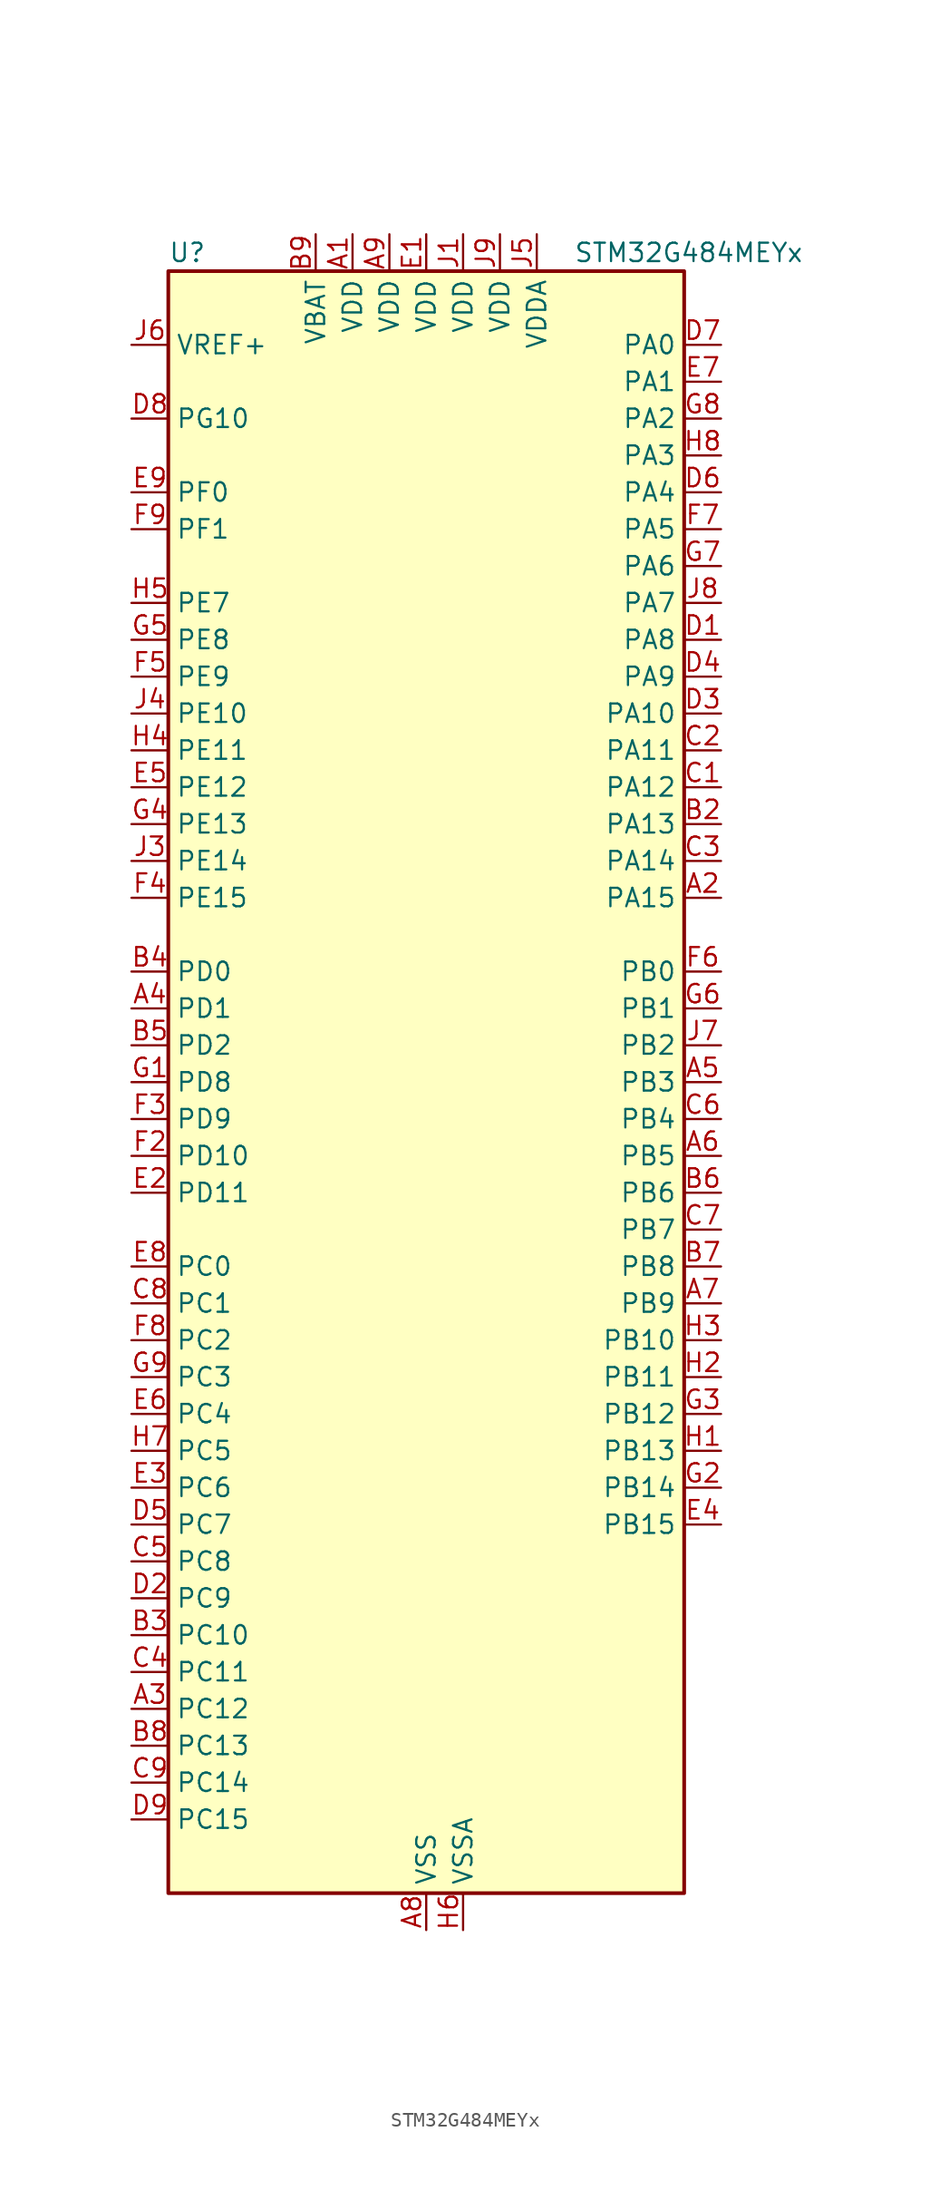
<source format=kicad_sym>
(kicad_symbol_lib
  (version 20241209)
  (generator "kicad_symbol_editor")
  (generator_version "9.0")
  (symbol "STM32G484MEYx"
    (property "Reference" "U"
      (at -17.78 57.15 0)
      (effects (font (size 1.27 1.27)) (justify left)))
    (property "Value" "STM32G484MEYx"
      (at 10.16 57.15 0)
      (effects (font (size 1.27 1.27)) (justify left)))
    (symbol "STM32G484MEYx_0_1"
      (rectangle (start -17.78 -55.88) (end 17.78 55.88) (stroke (width 0.254) (type default)) (fill (type background))))
    (symbol "STM32G484MEYx_1_1"
      (pin input line (at -20.32 50.8 0) (length 2.54) (name "VREF+" (effects (font (size 1.27 1.27)))) (number "J6" (effects (font (size 1.27 1.27)))) (alternate "VREFBUF_OUT" bidirectional line))
      (pin bidirectional line (at -20.32 45.72 0) (length 2.54) (name "PG10" (effects (font (size 1.27 1.27)))) (number "D8" (effects (font (size 1.27 1.27)))) (alternate "DAC1_EXTI10" bidirectional line) (alternate "DAC2_EXTI10" bidirectional line) (alternate "DAC3_EXTI10" bidirectional line) (alternate "DAC4_EXTI10" bidirectional line) (alternate "RCC_MCO" bidirectional line))
      (pin bidirectional line (at -20.32 40.64 0) (length 2.54) (name "PF0" (effects (font (size 1.27 1.27)))) (number "E9" (effects (font (size 1.27 1.27)))) (alternate "ADC1_IN10" bidirectional line) (alternate "I2C2_SDA" bidirectional line) (alternate "I2S2_WS" bidirectional line) (alternate "RCC_OSC_IN" bidirectional line) (alternate "SPI2_NSS" bidirectional line) (alternate "TIM1_CH3N" bidirectional line))
      (pin bidirectional line (at -20.32 38.1 0) (length 2.54) (name "PF1" (effects (font (size 1.27 1.27)))) (number "F9" (effects (font (size 1.27 1.27)))) (alternate "ADC2_IN10" bidirectional line) (alternate "COMP3_INM" bidirectional line) (alternate "I2S2_CK" bidirectional line) (alternate "RCC_OSC_OUT" bidirectional line) (alternate "SPI2_SCK" bidirectional line))
      (pin bidirectional line (at -20.32 33.02 0) (length 2.54) (name "PE7" (effects (font (size 1.27 1.27)))) (number "H5" (effects (font (size 1.27 1.27)))) (alternate "ADC3_IN4" bidirectional line) (alternate "COMP4_INP" bidirectional line) (alternate "SAI1_SD_B" bidirectional line) (alternate "TIM1_ETR" bidirectional line))
      (pin bidirectional line (at -20.32 30.48 0) (length 2.54) (name "PE8" (effects (font (size 1.27 1.27)))) (number "G5" (effects (font (size 1.27 1.27)))) (alternate "ADC3_IN6" bidirectional line) (alternate "ADC4_IN6" bidirectional line) (alternate "ADC5_IN6" bidirectional line) (alternate "COMP4_INM" bidirectional line) (alternate "SAI1_SCK_B" bidirectional line) (alternate "TIM1_CH1N" bidirectional line) (alternate "TIM5_CH3" bidirectional line))
      (pin bidirectional line (at -20.32 27.94 0) (length 2.54) (name "PE9" (effects (font (size 1.27 1.27)))) (number "F5" (effects (font (size 1.27 1.27)))) (alternate "ADC3_IN2" bidirectional line) (alternate "DAC1_EXTI9" bidirectional line) (alternate "DAC2_EXTI9" bidirectional line) (alternate "DAC3_EXTI9" bidirectional line) (alternate "DAC4_EXTI9" bidirectional line) (alternate "SAI1_FS_B" bidirectional line) (alternate "TIM1_CH1" bidirectional line) (alternate "TIM5_CH4" bidirectional line))
      (pin bidirectional line (at -20.32 25.4 0) (length 2.54) (name "PE10" (effects (font (size 1.27 1.27)))) (number "J4" (effects (font (size 1.27 1.27)))) (alternate "ADC3_IN14" bidirectional line) (alternate "ADC4_IN14" bidirectional line) (alternate "ADC5_IN14" bidirectional line) (alternate "DAC1_EXTI10" bidirectional line) (alternate "DAC2_EXTI10" bidirectional line) (alternate "DAC3_EXTI10" bidirectional line) (alternate "DAC4_EXTI10" bidirectional line) (alternate "QUADSPI1_CLK" bidirectional line) (alternate "SAI1_MCLK_B" bidirectional line) (alternate "TIM1_CH2N" bidirectional line))
      (pin bidirectional line (at -20.32 22.86 0) (length 2.54) (name "PE11" (effects (font (size 1.27 1.27)))) (number "H4" (effects (font (size 1.27 1.27)))) (alternate "ADC1_EXTI11" bidirectional line) (alternate "ADC2_EXTI11" bidirectional line) (alternate "ADC3_IN15" bidirectional line) (alternate "ADC4_IN15" bidirectional line) (alternate "ADC5_IN15" bidirectional line) (alternate "QUADSPI1_BK1_NCS" bidirectional line) (alternate "SPI4_NSS" bidirectional line) (alternate "TIM1_CH2" bidirectional line))
      (pin bidirectional line (at -20.32 20.32 0) (length 2.54) (name "PE12" (effects (font (size 1.27 1.27)))) (number "E5" (effects (font (size 1.27 1.27)))) (alternate "ADC3_IN16" bidirectional line) (alternate "ADC4_IN16" bidirectional line) (alternate "ADC5_IN16" bidirectional line) (alternate "QUADSPI1_BK1_IO0" bidirectional line) (alternate "SPI4_SCK" bidirectional line) (alternate "TIM1_CH3N" bidirectional line))
      (pin bidirectional line (at -20.32 17.78 0) (length 2.54) (name "PE13" (effects (font (size 1.27 1.27)))) (number "G4" (effects (font (size 1.27 1.27)))) (alternate "ADC3_IN3" bidirectional line) (alternate "QUADSPI1_BK1_IO1" bidirectional line) (alternate "SPI4_MISO" bidirectional line) (alternate "TIM1_CH3" bidirectional line))
      (pin bidirectional line (at -20.32 15.24 0) (length 2.54) (name "PE14" (effects (font (size 1.27 1.27)))) (number "J3" (effects (font (size 1.27 1.27)))) (alternate "ADC4_IN1" bidirectional line) (alternate "QUADSPI1_BK1_IO2" bidirectional line) (alternate "SPI4_MOSI" bidirectional line) (alternate "TIM1_BKIN2" bidirectional line) (alternate "TIM1_CH4" bidirectional line))
      (pin bidirectional line (at -20.32 12.7 0) (length 2.54) (name "PE15" (effects (font (size 1.27 1.27)))) (number "F4" (effects (font (size 1.27 1.27)))) (alternate "ADC1_EXTI15" bidirectional line) (alternate "ADC2_EXTI15" bidirectional line) (alternate "ADC4_IN2" bidirectional line) (alternate "QUADSPI1_BK1_IO3" bidirectional line) (alternate "TIM1_BKIN" bidirectional line) (alternate "TIM1_CH4N" bidirectional line) (alternate "USART3_RX" bidirectional line))
      (pin bidirectional line (at -20.32 7.62 0) (length 2.54) (name "PD0" (effects (font (size 1.27 1.27)))) (number "B4" (effects (font (size 1.27 1.27)))) (alternate "FDCAN1_RX" bidirectional line) (alternate "TIM8_CH4N" bidirectional line))
      (pin bidirectional line (at -20.32 5.08 0) (length 2.54) (name "PD1" (effects (font (size 1.27 1.27)))) (number "A4" (effects (font (size 1.27 1.27)))) (alternate "FDCAN1_TX" bidirectional line) (alternate "TIM8_BKIN2" bidirectional line) (alternate "TIM8_CH4" bidirectional line))
      (pin bidirectional line (at -20.32 2.54 0) (length 2.54) (name "PD2" (effects (font (size 1.27 1.27)))) (number "B5" (effects (font (size 1.27 1.27)))) (alternate "ADC3_EXTI2" bidirectional line) (alternate "ADC4_EXTI2" bidirectional line) (alternate "ADC5_EXTI2" bidirectional line) (alternate "TIM3_ETR" bidirectional line) (alternate "TIM8_BKIN" bidirectional line) (alternate "UART5_RX" bidirectional line))
      (pin bidirectional line (at -20.32 0 0) (length 2.54) (name "PD8" (effects (font (size 1.27 1.27)))) (number "G1" (effects (font (size 1.27 1.27)))) (alternate "ADC4_IN12" bidirectional line) (alternate "ADC5_IN12" bidirectional line) (alternate "OPAMP4_VINM" bidirectional line) (alternate "OPAMP4_VINM1" bidirectional line) (alternate "OPAMP4_VINM_SEC" bidirectional line) (alternate "USART3_TX" bidirectional line))
      (pin bidirectional line (at -20.32 -2.54 0) (length 2.54) (name "PD9" (effects (font (size 1.27 1.27)))) (number "F3" (effects (font (size 1.27 1.27)))) (alternate "ADC4_IN13" bidirectional line) (alternate "ADC5_IN13" bidirectional line) (alternate "DAC1_EXTI9" bidirectional line) (alternate "DAC2_EXTI9" bidirectional line) (alternate "DAC3_EXTI9" bidirectional line) (alternate "DAC4_EXTI9" bidirectional line) (alternate "OPAMP6_VINP" bidirectional line) (alternate "OPAMP6_VINP_SEC" bidirectional line) (alternate "USART3_RX" bidirectional line))
      (pin bidirectional line (at -20.32 -5.08 0) (length 2.54) (name "PD10" (effects (font (size 1.27 1.27)))) (number "F2" (effects (font (size 1.27 1.27)))) (alternate "ADC3_IN7" bidirectional line) (alternate "ADC4_IN7" bidirectional line) (alternate "ADC5_IN7" bidirectional line) (alternate "COMP6_INM" bidirectional line) (alternate "DAC1_EXTI10" bidirectional line) (alternate "DAC2_EXTI10" bidirectional line) (alternate "DAC3_EXTI10" bidirectional line) (alternate "DAC4_EXTI10" bidirectional line) (alternate "USART3_CK" bidirectional line))
      (pin bidirectional line (at -20.32 -7.62 0) (length 2.54) (name "PD11" (effects (font (size 1.27 1.27)))) (number "E2" (effects (font (size 1.27 1.27)))) (alternate "ADC1_EXTI11" bidirectional line) (alternate "ADC2_EXTI11" bidirectional line) (alternate "ADC3_IN8" bidirectional line) (alternate "ADC4_IN8" bidirectional line) (alternate "ADC5_IN8" bidirectional line) (alternate "COMP6_INP" bidirectional line) (alternate "I2C4_SMBA" bidirectional line) (alternate "OPAMP4_VINP" bidirectional line) (alternate "OPAMP4_VINP_SEC" bidirectional line) (alternate "TIM5_ETR" bidirectional line) (alternate "USART3_CTS" bidirectional line) (alternate "USART3_NSS" bidirectional line))
      (pin bidirectional line (at -20.32 -12.7 0) (length 2.54) (name "PC0" (effects (font (size 1.27 1.27)))) (number "E8" (effects (font (size 1.27 1.27)))) (alternate "ADC1_IN6" bidirectional line) (alternate "ADC2_IN6" bidirectional line) (alternate "COMP3_INM" bidirectional line) (alternate "LPTIM1_IN1" bidirectional line) (alternate "LPUART1_RX" bidirectional line) (alternate "TIM1_CH1" bidirectional line))
      (pin bidirectional line (at -20.32 -15.24 0) (length 2.54) (name "PC1" (effects (font (size 1.27 1.27)))) (number "C8" (effects (font (size 1.27 1.27)))) (alternate "ADC1_IN7" bidirectional line) (alternate "ADC2_IN7" bidirectional line) (alternate "COMP3_INP" bidirectional line) (alternate "LPTIM1_OUT" bidirectional line) (alternate "LPUART1_TX" bidirectional line) (alternate "QUADSPI1_BK2_IO0" bidirectional line) (alternate "SAI1_SD_A" bidirectional line) (alternate "TIM1_CH2" bidirectional line))
      (pin bidirectional line (at -20.32 -17.78 0) (length 2.54) (name "PC2" (effects (font (size 1.27 1.27)))) (number "F8" (effects (font (size 1.27 1.27)))) (alternate "ADC1_IN8" bidirectional line) (alternate "ADC2_IN8" bidirectional line) (alternate "ADC3_EXTI2" bidirectional line) (alternate "ADC4_EXTI2" bidirectional line) (alternate "ADC5_EXTI2" bidirectional line) (alternate "COMP3_OUT" bidirectional line) (alternate "LPTIM1_IN2" bidirectional line) (alternate "QUADSPI1_BK2_IO1" bidirectional line) (alternate "TIM1_CH3" bidirectional line) (alternate "TIM20_CH2" bidirectional line))
      (pin bidirectional line (at -20.32 -20.32 0) (length 2.54) (name "PC3" (effects (font (size 1.27 1.27)))) (number "G9" (effects (font (size 1.27 1.27)))) (alternate "ADC1_IN9" bidirectional line) (alternate "ADC2_IN9" bidirectional line) (alternate "ADC3_EXTI3" bidirectional line) (alternate "ADC4_EXTI3" bidirectional line) (alternate "ADC5_EXTI3" bidirectional line) (alternate "LPTIM1_ETR" bidirectional line) (alternate "OPAMP5_VINP" bidirectional line) (alternate "OPAMP5_VINP_SEC" bidirectional line) (alternate "QUADSPI1_BK2_IO2" bidirectional line) (alternate "SAI1_D1" bidirectional line) (alternate "SAI1_SD_A" bidirectional line) (alternate "TIM1_BKIN2" bidirectional line) (alternate "TIM1_CH4" bidirectional line))
      (pin bidirectional line (at -20.32 -22.86 0) (length 2.54) (name "PC4" (effects (font (size 1.27 1.27)))) (number "E6" (effects (font (size 1.27 1.27)))) (alternate "ADC2_IN5" bidirectional line) (alternate "I2C2_SCL" bidirectional line) (alternate "QUADSPI1_BK2_IO3" bidirectional line) (alternate "TIM1_ETR" bidirectional line) (alternate "USART1_TX" bidirectional line))
      (pin bidirectional line (at -20.32 -25.4 0) (length 2.54) (name "PC5" (effects (font (size 1.27 1.27)))) (number "H7" (effects (font (size 1.27 1.27)))) (alternate "ADC2_IN11" bidirectional line) (alternate "HRTIM1_EEV10" bidirectional line) (alternate "OPAMP1_VINM" bidirectional line) (alternate "OPAMP1_VINM1" bidirectional line) (alternate "OPAMP1_VINM_SEC" bidirectional line) (alternate "OPAMP2_VINM" bidirectional line) (alternate "OPAMP2_VINM1" bidirectional line) (alternate "OPAMP2_VINM_SEC" bidirectional line) (alternate "SAI1_D3" bidirectional line) (alternate "SYS_WKUP5" bidirectional line) (alternate "TIM15_BKIN" bidirectional line) (alternate "TIM1_CH4N" bidirectional line) (alternate "USART1_RX" bidirectional line))
      (pin bidirectional line (at -20.32 -27.94 0) (length 2.54) (name "PC6" (effects (font (size 1.27 1.27)))) (number "E3" (effects (font (size 1.27 1.27)))) (alternate "COMP6_OUT" bidirectional line) (alternate "HRTIM1_CHF1" bidirectional line) (alternate "HRTIM1_EEV10" bidirectional line) (alternate "I2C4_SCL" bidirectional line) (alternate "I2S2_MCK" bidirectional line) (alternate "TIM3_CH1" bidirectional line) (alternate "TIM8_CH1" bidirectional line))
      (pin bidirectional line (at -20.32 -30.48 0) (length 2.54) (name "PC7" (effects (font (size 1.27 1.27)))) (number "D5" (effects (font (size 1.27 1.27)))) (alternate "COMP5_OUT" bidirectional line) (alternate "HRTIM1_CHF2" bidirectional line) (alternate "HRTIM1_FLT5" bidirectional line) (alternate "I2C4_SDA" bidirectional line) (alternate "I2S3_MCK" bidirectional line) (alternate "TIM3_CH2" bidirectional line) (alternate "TIM8_CH2" bidirectional line))
      (pin bidirectional line (at -20.32 -33.02 0) (length 2.54) (name "PC8" (effects (font (size 1.27 1.27)))) (number "C5" (effects (font (size 1.27 1.27)))) (alternate "COMP7_OUT" bidirectional line) (alternate "HRTIM1_CHE1" bidirectional line) (alternate "I2C3_SCL" bidirectional line) (alternate "TIM20_CH3" bidirectional line) (alternate "TIM3_CH3" bidirectional line) (alternate "TIM8_CH3" bidirectional line))
      (pin bidirectional line (at -20.32 -35.56 0) (length 2.54) (name "PC9" (effects (font (size 1.27 1.27)))) (number "D2" (effects (font (size 1.27 1.27)))) (alternate "DAC1_EXTI9" bidirectional line) (alternate "DAC2_EXTI9" bidirectional line) (alternate "DAC3_EXTI9" bidirectional line) (alternate "DAC4_EXTI9" bidirectional line) (alternate "HRTIM1_CHE2" bidirectional line) (alternate "I2C3_SDA" bidirectional line) (alternate "I2S_CKIN" bidirectional line) (alternate "TIM3_CH4" bidirectional line) (alternate "TIM8_BKIN2" bidirectional line) (alternate "TIM8_CH4" bidirectional line))
      (pin bidirectional line (at -20.32 -38.1 0) (length 2.54) (name "PC10" (effects (font (size 1.27 1.27)))) (number "B3" (effects (font (size 1.27 1.27)))) (alternate "DAC1_EXTI10" bidirectional line) (alternate "DAC2_EXTI10" bidirectional line) (alternate "DAC3_EXTI10" bidirectional line) (alternate "DAC4_EXTI10" bidirectional line) (alternate "HRTIM1_FLT6" bidirectional line) (alternate "I2S3_CK" bidirectional line) (alternate "SPI3_SCK" bidirectional line) (alternate "TIM8_CH1N" bidirectional line) (alternate "UART4_TX" bidirectional line) (alternate "USART3_TX" bidirectional line))
      (pin bidirectional line (at -20.32 -40.64 0) (length 2.54) (name "PC11" (effects (font (size 1.27 1.27)))) (number "C4" (effects (font (size 1.27 1.27)))) (alternate "ADC1_EXTI11" bidirectional line) (alternate "ADC2_EXTI11" bidirectional line) (alternate "HRTIM1_EEV2" bidirectional line) (alternate "I2C3_SDA" bidirectional line) (alternate "SPI3_MISO" bidirectional line) (alternate "TIM8_CH2N" bidirectional line) (alternate "UART4_RX" bidirectional line) (alternate "USART3_RX" bidirectional line))
      (pin bidirectional line (at -20.32 -43.18 0) (length 2.54) (name "PC12" (effects (font (size 1.27 1.27)))) (number "A3" (effects (font (size 1.27 1.27)))) (alternate "HRTIM1_EEV1" bidirectional line) (alternate "I2S3_SD" bidirectional line) (alternate "SPI3_MOSI" bidirectional line) (alternate "TIM5_CH2" bidirectional line) (alternate "TIM8_CH3N" bidirectional line) (alternate "UART5_TX" bidirectional line) (alternate "UCPD1_FRSTX1" bidirectional line) (alternate "UCPD1_FRSTX2" bidirectional line) (alternate "USART3_CK" bidirectional line))
      (pin bidirectional line (at -20.32 -45.72 0) (length 2.54) (name "PC13" (effects (font (size 1.27 1.27)))) (number "B8" (effects (font (size 1.27 1.27)))) (alternate "RTC_OUT1" bidirectional line) (alternate "RTC_TAMP1" bidirectional line) (alternate "RTC_TS" bidirectional line) (alternate "SYS_WKUP2" bidirectional line) (alternate "TIM1_BKIN" bidirectional line) (alternate "TIM1_CH1N" bidirectional line) (alternate "TIM8_CH4N" bidirectional line))
      (pin bidirectional line (at -20.32 -48.26 0) (length 2.54) (name "PC14" (effects (font (size 1.27 1.27)))) (number "C9" (effects (font (size 1.27 1.27)))) (alternate "RCC_OSC32_IN" bidirectional line))
      (pin bidirectional line (at -20.32 -50.8 0) (length 2.54) (name "PC15" (effects (font (size 1.27 1.27)))) (number "D9" (effects (font (size 1.27 1.27)))) (alternate "ADC1_EXTI15" bidirectional line) (alternate "ADC2_EXTI15" bidirectional line) (alternate "RCC_OSC32_OUT" bidirectional line))
      (pin power_in line (at -7.62 58.42 270) (length 2.54) (name "VBAT" (effects (font (size 1.27 1.27)))) (number "B9" (effects (font (size 1.27 1.27)))))
      (pin power_in line (at -5.08 58.42 270) (length 2.54) (name "VDD" (effects (font (size 1.27 1.27)))) (number "A1" (effects (font (size 1.27 1.27)))))
      (pin power_in line (at -2.54 58.42 270) (length 2.54) (name "VDD" (effects (font (size 1.27 1.27)))) (number "A9" (effects (font (size 1.27 1.27)))))
      (pin power_in line (at 0 58.42 270) (length 2.54) (name "VDD" (effects (font (size 1.27 1.27)))) (number "E1" (effects (font (size 1.27 1.27)))))
      (pin power_in line (at 0 -58.42 90) (length 2.54) (name "VSS" (effects (font (size 1.27 1.27)))) (number "A8" (effects (font (size 1.27 1.27)))))
      (pin passive line (at 0 -58.42 90) (length 2.54) (hide yes) (name "VSS" (effects (font (size 1.27 1.27)))) (number "B1" (effects (font (size 1.27 1.27)))))
      (pin passive line (at 0 -58.42 90) (length 2.54) (hide yes) (name "VSS" (effects (font (size 1.27 1.27)))) (number "F1" (effects (font (size 1.27 1.27)))))
      (pin passive line (at 0 -58.42 90) (length 2.54) (hide yes) (name "VSS" (effects (font (size 1.27 1.27)))) (number "H9" (effects (font (size 1.27 1.27)))))
      (pin passive line (at 0 -58.42 90) (length 2.54) (hide yes) (name "VSS" (effects (font (size 1.27 1.27)))) (number "J2" (effects (font (size 1.27 1.27)))))
      (pin power_in line (at 2.54 58.42 270) (length 2.54) (name "VDD" (effects (font (size 1.27 1.27)))) (number "J1" (effects (font (size 1.27 1.27)))))
      (pin power_in line (at 2.54 -58.42 90) (length 2.54) (name "VSSA" (effects (font (size 1.27 1.27)))) (number "H6" (effects (font (size 1.27 1.27)))))
      (pin power_in line (at 5.08 58.42 270) (length 2.54) (name "VDD" (effects (font (size 1.27 1.27)))) (number "J9" (effects (font (size 1.27 1.27)))))
      (pin power_in line (at 7.62 58.42 270) (length 2.54) (name "VDDA" (effects (font (size 1.27 1.27)))) (number "J5" (effects (font (size 1.27 1.27)))))
      (pin bidirectional line (at 20.32 50.8 180) (length 2.54) (name "PA0" (effects (font (size 1.27 1.27)))) (number "D7" (effects (font (size 1.27 1.27)))) (alternate "ADC1_IN1" bidirectional line) (alternate "ADC2_IN1" bidirectional line) (alternate "COMP1_INM" bidirectional line) (alternate "COMP1_OUT" bidirectional line) (alternate "COMP3_INP" bidirectional line) (alternate "RTC_TAMP2" bidirectional line) (alternate "SYS_WKUP1" bidirectional line) (alternate "TIM2_CH1" bidirectional line) (alternate "TIM2_ETR" bidirectional line) (alternate "TIM5_CH1" bidirectional line) (alternate "TIM8_BKIN" bidirectional line) (alternate "TIM8_ETR" bidirectional line) (alternate "USART2_CTS" bidirectional line) (alternate "USART2_NSS" bidirectional line))
      (pin bidirectional line (at 20.32 48.26 180) (length 2.54) (name "PA1" (effects (font (size 1.27 1.27)))) (number "E7" (effects (font (size 1.27 1.27)))) (alternate "ADC1_IN2" bidirectional line) (alternate "ADC2_IN2" bidirectional line) (alternate "COMP1_INP" bidirectional line) (alternate "OPAMP1_VINP" bidirectional line) (alternate "OPAMP1_VINP_SEC" bidirectional line) (alternate "OPAMP3_VINP" bidirectional line) (alternate "OPAMP3_VINP_SEC" bidirectional line) (alternate "OPAMP6_VINM" bidirectional line) (alternate "OPAMP6_VINM0" bidirectional line) (alternate "OPAMP6_VINM_SEC" bidirectional line) (alternate "RTC_REFIN" bidirectional line) (alternate "TIM15_CH1N" bidirectional line) (alternate "TIM2_CH2" bidirectional line) (alternate "TIM5_CH2" bidirectional line) (alternate "USART2_DE" bidirectional line) (alternate "USART2_RTS" bidirectional line))
      (pin bidirectional line (at 20.32 45.72 180) (length 2.54) (name "PA2" (effects (font (size 1.27 1.27)))) (number "G8" (effects (font (size 1.27 1.27)))) (alternate "ADC1_IN3" bidirectional line) (alternate "ADC3_EXTI2" bidirectional line) (alternate "ADC4_EXTI2" bidirectional line) (alternate "ADC5_EXTI2" bidirectional line) (alternate "COMP2_INM" bidirectional line) (alternate "COMP2_OUT" bidirectional line) (alternate "LPUART1_TX" bidirectional line) (alternate "OPAMP1_VOUT" bidirectional line) (alternate "QUADSPI1_BK1_NCS" bidirectional line) (alternate "RCC_LSCO" bidirectional line) (alternate "SYS_WKUP4" bidirectional line) (alternate "TIM15_CH1" bidirectional line) (alternate "TIM2_CH3" bidirectional line) (alternate "TIM5_CH3" bidirectional line) (alternate "UCPD1_FRSTX1" bidirectional line) (alternate "UCPD1_FRSTX2" bidirectional line) (alternate "USART2_TX" bidirectional line))
      (pin bidirectional line (at 20.32 43.18 180) (length 2.54) (name "PA3" (effects (font (size 1.27 1.27)))) (number "H8" (effects (font (size 1.27 1.27)))) (alternate "ADC1_IN4" bidirectional line) (alternate "ADC3_EXTI3" bidirectional line) (alternate "ADC4_EXTI3" bidirectional line) (alternate "ADC5_EXTI3" bidirectional line) (alternate "COMP2_INP" bidirectional line) (alternate "LPUART1_RX" bidirectional line) (alternate "OPAMP1_VINM" bidirectional line) (alternate "OPAMP1_VINM0" bidirectional line) (alternate "OPAMP1_VINM_SEC" bidirectional line) (alternate "OPAMP1_VINP" bidirectional line) (alternate "OPAMP1_VINP_SEC" bidirectional line) (alternate "OPAMP5_VINM" bidirectional line) (alternate "OPAMP5_VINM1" bidirectional line) (alternate "OPAMP5_VINM_SEC" bidirectional line) (alternate "QUADSPI1_CLK" bidirectional line) (alternate "SAI1_CK1" bidirectional line) (alternate "SAI1_MCLK_A" bidirectional line) (alternate "TIM15_CH2" bidirectional line) (alternate "TIM2_CH4" bidirectional line) (alternate "TIM5_CH4" bidirectional line) (alternate "USART2_RX" bidirectional line))
      (pin bidirectional line (at 20.32 40.64 180) (length 2.54) (name "PA4" (effects (font (size 1.27 1.27)))) (number "D6" (effects (font (size 1.27 1.27)))) (alternate "ADC2_IN17" bidirectional line) (alternate "COMP1_INM" bidirectional line) (alternate "DAC1_OUT1" bidirectional line) (alternate "I2S3_WS" bidirectional line) (alternate "SAI1_FS_B" bidirectional line) (alternate "SPI1_NSS" bidirectional line) (alternate "SPI3_NSS" bidirectional line) (alternate "TIM3_CH2" bidirectional line) (alternate "USART2_CK" bidirectional line))
      (pin bidirectional line (at 20.32 38.1 180) (length 2.54) (name "PA5" (effects (font (size 1.27 1.27)))) (number "F7" (effects (font (size 1.27 1.27)))) (alternate "ADC2_IN13" bidirectional line) (alternate "COMP2_INM" bidirectional line) (alternate "DAC1_OUT2" bidirectional line) (alternate "OPAMP2_VINM" bidirectional line) (alternate "OPAMP2_VINM0" bidirectional line) (alternate "OPAMP2_VINM_SEC" bidirectional line) (alternate "SPI1_SCK" bidirectional line) (alternate "TIM2_CH1" bidirectional line) (alternate "TIM2_ETR" bidirectional line) (alternate "UCPD1_FRSTX1" bidirectional line) (alternate "UCPD1_FRSTX2" bidirectional line))
      (pin bidirectional line (at 20.32 35.56 180) (length 2.54) (name "PA6" (effects (font (size 1.27 1.27)))) (number "G7" (effects (font (size 1.27 1.27)))) (alternate "ADC2_IN3" bidirectional line) (alternate "COMP1_OUT" bidirectional line) (alternate "DAC2_OUT1" bidirectional line) (alternate "LPUART1_CTS" bidirectional line) (alternate "OPAMP2_VOUT" bidirectional line) (alternate "QUADSPI1_BK1_IO3" bidirectional line) (alternate "SPI1_MISO" bidirectional line) (alternate "TIM16_CH1" bidirectional line) (alternate "TIM1_BKIN" bidirectional line) (alternate "TIM3_CH1" bidirectional line) (alternate "TIM8_BKIN" bidirectional line))
      (pin bidirectional line (at 20.32 33.02 180) (length 2.54) (name "PA7" (effects (font (size 1.27 1.27)))) (number "J8" (effects (font (size 1.27 1.27)))) (alternate "ADC2_IN4" bidirectional line) (alternate "COMP2_INP" bidirectional line) (alternate "COMP2_OUT" bidirectional line) (alternate "OPAMP1_VINP" bidirectional line) (alternate "OPAMP1_VINP_SEC" bidirectional line) (alternate "OPAMP2_VINP" bidirectional line) (alternate "OPAMP2_VINP_SEC" bidirectional line) (alternate "QUADSPI1_BK1_IO2" bidirectional line) (alternate "SPI1_MOSI" bidirectional line) (alternate "TIM17_CH1" bidirectional line) (alternate "TIM1_CH1N" bidirectional line) (alternate "TIM3_CH2" bidirectional line) (alternate "TIM8_CH1N" bidirectional line) (alternate "UCPD1_FRSTX1" bidirectional line) (alternate "UCPD1_FRSTX2" bidirectional line))
      (pin bidirectional line (at 20.32 30.48 180) (length 2.54) (name "PA8" (effects (font (size 1.27 1.27)))) (number "D1" (effects (font (size 1.27 1.27)))) (alternate "ADC5_IN1" bidirectional line) (alternate "COMP7_OUT" bidirectional line) (alternate "FDCAN3_RX" bidirectional line) (alternate "HRTIM1_CHA1" bidirectional line) (alternate "I2C2_SDA" bidirectional line) (alternate "I2C3_SCL" bidirectional line) (alternate "I2S2_MCK" bidirectional line) (alternate "OPAMP5_VOUT" bidirectional line) (alternate "RCC_MCO" bidirectional line) (alternate "SAI1_CK2" bidirectional line) (alternate "SAI1_SCK_A" bidirectional line) (alternate "TIM1_CH1" bidirectional line) (alternate "TIM4_ETR" bidirectional line) (alternate "USART1_CK" bidirectional line))
      (pin bidirectional line (at 20.32 27.94 180) (length 2.54) (name "PA9" (effects (font (size 1.27 1.27)))) (number "D4" (effects (font (size 1.27 1.27)))) (alternate "ADC5_IN2" bidirectional line) (alternate "COMP5_OUT" bidirectional line) (alternate "DAC1_EXTI9" bidirectional line) (alternate "DAC2_EXTI9" bidirectional line) (alternate "DAC3_EXTI9" bidirectional line) (alternate "DAC4_EXTI9" bidirectional line) (alternate "HRTIM1_CHA2" bidirectional line) (alternate "I2C2_SCL" bidirectional line) (alternate "I2C3_SMBA" bidirectional line) (alternate "I2S3_MCK" bidirectional line) (alternate "SAI1_FS_A" bidirectional line) (alternate "TIM15_BKIN" bidirectional line) (alternate "TIM1_CH2" bidirectional line) (alternate "TIM2_CH3" bidirectional line) (alternate "UCPD1_DBCC1" bidirectional line) (alternate "USART1_TX" bidirectional line))
      (pin bidirectional line (at 20.32 25.4 180) (length 2.54) (name "PA10" (effects (font (size 1.27 1.27)))) (number "D3" (effects (font (size 1.27 1.27)))) (alternate "COMP6_OUT" bidirectional line) (alternate "CRS_SYNC" bidirectional line) (alternate "DAC1_EXTI10" bidirectional line) (alternate "DAC2_EXTI10" bidirectional line) (alternate "DAC3_EXTI10" bidirectional line) (alternate "DAC4_EXTI10" bidirectional line) (alternate "HRTIM1_CHB1" bidirectional line) (alternate "I2C2_SMBA" bidirectional line) (alternate "SAI1_D1" bidirectional line) (alternate "SAI1_SD_A" bidirectional line) (alternate "SPI2_MISO" bidirectional line) (alternate "TIM17_BKIN" bidirectional line) (alternate "TIM1_CH3" bidirectional line) (alternate "TIM2_CH4" bidirectional line) (alternate "TIM8_BKIN" bidirectional line) (alternate "UCPD1_DBCC2" bidirectional line) (alternate "USART1_RX" bidirectional line))
      (pin bidirectional line (at 20.32 22.86 180) (length 2.54) (name "PA11" (effects (font (size 1.27 1.27)))) (number "C2" (effects (font (size 1.27 1.27)))) (alternate "ADC1_EXTI11" bidirectional line) (alternate "ADC2_EXTI11" bidirectional line) (alternate "COMP1_OUT" bidirectional line) (alternate "FDCAN1_RX" bidirectional line) (alternate "HRTIM1_CHB2" bidirectional line) (alternate "I2S2_SD" bidirectional line) (alternate "SPI2_MOSI" bidirectional line) (alternate "TIM1_BKIN2" bidirectional line) (alternate "TIM1_CH1N" bidirectional line) (alternate "TIM1_CH4" bidirectional line) (alternate "TIM4_CH1" bidirectional line) (alternate "USART1_CTS" bidirectional line) (alternate "USART1_NSS" bidirectional line) (alternate "USB_DM" bidirectional line))
      (pin bidirectional line (at 20.32 20.32 180) (length 2.54) (name "PA12" (effects (font (size 1.27 1.27)))) (number "C1" (effects (font (size 1.27 1.27)))) (alternate "COMP2_OUT" bidirectional line) (alternate "FDCAN1_TX" bidirectional line) (alternate "HRTIM1_FLT1" bidirectional line) (alternate "I2S_CKIN" bidirectional line) (alternate "TIM16_CH1" bidirectional line) (alternate "TIM1_CH2N" bidirectional line) (alternate "TIM1_ETR" bidirectional line) (alternate "TIM4_CH2" bidirectional line) (alternate "USART1_DE" bidirectional line) (alternate "USART1_RTS" bidirectional line) (alternate "USB_DP" bidirectional line))
      (pin bidirectional line (at 20.32 17.78 180) (length 2.54) (name "PA13" (effects (font (size 1.27 1.27)))) (number "B2" (effects (font (size 1.27 1.27)))) (alternate "I2C1_SCL" bidirectional line) (alternate "I2C4_SCL" bidirectional line) (alternate "IR_OUT" bidirectional line) (alternate "SAI1_SD_B" bidirectional line) (alternate "SYS_JTMS-SWDIO" bidirectional line) (alternate "TIM16_CH1N" bidirectional line) (alternate "TIM4_CH3" bidirectional line) (alternate "USART3_CTS" bidirectional line) (alternate "USART3_NSS" bidirectional line))
      (pin bidirectional line (at 20.32 15.24 180) (length 2.54) (name "PA14" (effects (font (size 1.27 1.27)))) (number "C3" (effects (font (size 1.27 1.27)))) (alternate "I2C1_SDA" bidirectional line) (alternate "I2C4_SMBA" bidirectional line) (alternate "LPTIM1_OUT" bidirectional line) (alternate "SAI1_FS_B" bidirectional line) (alternate "SYS_JTCK-SWCLK" bidirectional line) (alternate "TIM1_BKIN" bidirectional line) (alternate "TIM8_CH2" bidirectional line) (alternate "USART2_TX" bidirectional line))
      (pin bidirectional line (at 20.32 12.7 180) (length 2.54) (name "PA15" (effects (font (size 1.27 1.27)))) (number "A2" (effects (font (size 1.27 1.27)))) (alternate "ADC1_EXTI15" bidirectional line) (alternate "ADC2_EXTI15" bidirectional line) (alternate "FDCAN3_TX" bidirectional line) (alternate "HRTIM1_FLT2" bidirectional line) (alternate "I2C1_SCL" bidirectional line) (alternate "I2S3_WS" bidirectional line) (alternate "SPI1_NSS" bidirectional line) (alternate "SPI3_NSS" bidirectional line) (alternate "SYS_JTDI" bidirectional line) (alternate "TIM1_BKIN" bidirectional line) (alternate "TIM2_CH1" bidirectional line) (alternate "TIM2_ETR" bidirectional line) (alternate "TIM8_CH1" bidirectional line) (alternate "UART4_DE" bidirectional line) (alternate "UART4_RTS" bidirectional line) (alternate "USART2_RX" bidirectional line))
      (pin bidirectional line (at 20.32 7.62 180) (length 2.54) (name "PB0" (effects (font (size 1.27 1.27)))) (number "F6" (effects (font (size 1.27 1.27)))) (alternate "ADC1_IN15" bidirectional line) (alternate "ADC3_IN12" bidirectional line) (alternate "COMP4_INP" bidirectional line) (alternate "HRTIM1_FLT5" bidirectional line) (alternate "OPAMP2_VINP" bidirectional line) (alternate "OPAMP2_VINP_SEC" bidirectional line) (alternate "OPAMP3_VINP" bidirectional line) (alternate "OPAMP3_VINP_SEC" bidirectional line) (alternate "QUADSPI1_BK1_IO1" bidirectional line) (alternate "TIM1_CH2N" bidirectional line) (alternate "TIM3_CH3" bidirectional line) (alternate "TIM8_CH2N" bidirectional line) (alternate "UCPD1_FRSTX1" bidirectional line) (alternate "UCPD1_FRSTX2" bidirectional line))
      (pin bidirectional line (at 20.32 5.08 180) (length 2.54) (name "PB1" (effects (font (size 1.27 1.27)))) (number "G6" (effects (font (size 1.27 1.27)))) (alternate "ADC1_IN12" bidirectional line) (alternate "ADC3_IN1" bidirectional line) (alternate "COMP1_INP" bidirectional line) (alternate "COMP4_OUT" bidirectional line) (alternate "HRTIM1_SCOUT" bidirectional line) (alternate "LPUART1_DE" bidirectional line) (alternate "LPUART1_RTS" bidirectional line) (alternate "OPAMP3_VOUT" bidirectional line) (alternate "OPAMP6_VINM" bidirectional line) (alternate "OPAMP6_VINM1" bidirectional line) (alternate "OPAMP6_VINM_SEC" bidirectional line) (alternate "QUADSPI1_BK1_IO0" bidirectional line) (alternate "TIM1_CH3N" bidirectional line) (alternate "TIM3_CH4" bidirectional line) (alternate "TIM8_CH3N" bidirectional line))
      (pin bidirectional line (at 20.32 2.54 180) (length 2.54) (name "PB2" (effects (font (size 1.27 1.27)))) (number "J7" (effects (font (size 1.27 1.27)))) (alternate "ADC2_IN12" bidirectional line) (alternate "ADC3_EXTI2" bidirectional line) (alternate "ADC4_EXTI2" bidirectional line) (alternate "ADC5_EXTI2" bidirectional line) (alternate "COMP4_INM" bidirectional line) (alternate "HRTIM1_SCIN" bidirectional line) (alternate "I2C3_SMBA" bidirectional line) (alternate "LPTIM1_OUT" bidirectional line) (alternate "OPAMP3_VINM" bidirectional line) (alternate "OPAMP3_VINM0" bidirectional line) (alternate "OPAMP3_VINM_SEC" bidirectional line) (alternate "QUADSPI1_BK2_IO1" bidirectional line) (alternate "RTC_OUT2" bidirectional line) (alternate "TIM20_CH1" bidirectional line) (alternate "TIM5_CH1" bidirectional line))
      (pin bidirectional line (at 20.32 0 180) (length 2.54) (name "PB3" (effects (font (size 1.27 1.27)))) (number "A5" (effects (font (size 1.27 1.27)))) (alternate "ADC3_EXTI3" bidirectional line) (alternate "ADC4_EXTI3" bidirectional line) (alternate "ADC5_EXTI3" bidirectional line) (alternate "CRS_SYNC" bidirectional line) (alternate "FDCAN3_RX" bidirectional line) (alternate "HRTIM1_EEV9" bidirectional line) (alternate "HRTIM1_SCOUT" bidirectional line) (alternate "I2S3_CK" bidirectional line) (alternate "SAI1_SCK_B" bidirectional line) (alternate "SPI1_SCK" bidirectional line) (alternate "SPI3_SCK" bidirectional line) (alternate "SYS_JTDO-SWO" bidirectional line) (alternate "TIM2_CH2" bidirectional line) (alternate "TIM3_ETR" bidirectional line) (alternate "TIM4_ETR" bidirectional line) (alternate "TIM8_CH1N" bidirectional line) (alternate "USART2_TX" bidirectional line))
      (pin bidirectional line (at 20.32 -2.54 180) (length 2.54) (name "PB4" (effects (font (size 1.27 1.27)))) (number "C6" (effects (font (size 1.27 1.27)))) (alternate "FDCAN3_TX" bidirectional line) (alternate "HRTIM1_EEV7" bidirectional line) (alternate "SAI1_MCLK_B" bidirectional line) (alternate "SPI1_MISO" bidirectional line) (alternate "SPI3_MISO" bidirectional line) (alternate "SYS_JTRST" bidirectional line) (alternate "TIM16_CH1" bidirectional line) (alternate "TIM17_BKIN" bidirectional line) (alternate "TIM3_CH1" bidirectional line) (alternate "TIM8_CH2N" bidirectional line) (alternate "UART5_DE" bidirectional line) (alternate "UART5_RTS" bidirectional line) (alternate "UCPD1_CC2" bidirectional line) (alternate "USART2_RX" bidirectional line))
      (pin bidirectional line (at 20.32 -5.08 180) (length 2.54) (name "PB5" (effects (font (size 1.27 1.27)))) (number "A6" (effects (font (size 1.27 1.27)))) (alternate "FDCAN2_RX" bidirectional line) (alternate "HRTIM1_EEV6" bidirectional line) (alternate "I2C1_SMBA" bidirectional line) (alternate "I2C3_SDA" bidirectional line) (alternate "I2S3_SD" bidirectional line) (alternate "LPTIM1_IN1" bidirectional line) (alternate "SAI1_SD_B" bidirectional line) (alternate "SPI1_MOSI" bidirectional line) (alternate "SPI3_MOSI" bidirectional line) (alternate "TIM16_BKIN" bidirectional line) (alternate "TIM17_CH1" bidirectional line) (alternate "TIM3_CH2" bidirectional line) (alternate "TIM8_CH3N" bidirectional line) (alternate "UART5_CTS" bidirectional line) (alternate "USART2_CK" bidirectional line))
      (pin bidirectional line (at 20.32 -7.62 180) (length 2.54) (name "PB6" (effects (font (size 1.27 1.27)))) (number "B6" (effects (font (size 1.27 1.27)))) (alternate "COMP4_OUT" bidirectional line) (alternate "FDCAN2_TX" bidirectional line) (alternate "HRTIM1_EEV4" bidirectional line) (alternate "HRTIM1_SCIN" bidirectional line) (alternate "LPTIM1_ETR" bidirectional line) (alternate "SAI1_FS_B" bidirectional line) (alternate "TIM16_CH1N" bidirectional line) (alternate "TIM4_CH1" bidirectional line) (alternate "TIM8_BKIN2" bidirectional line) (alternate "TIM8_CH1" bidirectional line) (alternate "TIM8_ETR" bidirectional line) (alternate "UCPD1_CC1" bidirectional line) (alternate "USART1_TX" bidirectional line))
      (pin bidirectional line (at 20.32 -10.16 180) (length 2.54) (name "PB7" (effects (font (size 1.27 1.27)))) (number "C7" (effects (font (size 1.27 1.27)))) (alternate "COMP3_OUT" bidirectional line) (alternate "HRTIM1_EEV3" bidirectional line) (alternate "I2C1_SDA" bidirectional line) (alternate "I2C4_SDA" bidirectional line) (alternate "LPTIM1_IN2" bidirectional line) (alternate "SYS_PVD_IN" bidirectional line) (alternate "TIM17_CH1N" bidirectional line) (alternate "TIM3_CH4" bidirectional line) (alternate "TIM4_CH2" bidirectional line) (alternate "TIM8_BKIN" bidirectional line) (alternate "UART4_CTS" bidirectional line) (alternate "USART1_RX" bidirectional line))
      (pin bidirectional line (at 20.32 -12.7 180) (length 2.54) (name "PB8" (effects (font (size 1.27 1.27)))) (number "B7" (effects (font (size 1.27 1.27)))) (alternate "COMP1_OUT" bidirectional line) (alternate "FDCAN1_RX" bidirectional line) (alternate "HRTIM1_EEV8" bidirectional line) (alternate "I2C1_SCL" bidirectional line) (alternate "SAI1_CK1" bidirectional line) (alternate "SAI1_MCLK_A" bidirectional line) (alternate "TIM16_CH1" bidirectional line) (alternate "TIM1_BKIN" bidirectional line) (alternate "TIM4_CH3" bidirectional line) (alternate "TIM8_CH2" bidirectional line) (alternate "USART3_RX" bidirectional line))
      (pin bidirectional line (at 20.32 -15.24 180) (length 2.54) (name "PB9" (effects (font (size 1.27 1.27)))) (number "A7" (effects (font (size 1.27 1.27)))) (alternate "COMP2_OUT" bidirectional line) (alternate "DAC1_EXTI9" bidirectional line) (alternate "DAC2_EXTI9" bidirectional line) (alternate "DAC3_EXTI9" bidirectional line) (alternate "DAC4_EXTI9" bidirectional line) (alternate "FDCAN1_TX" bidirectional line) (alternate "HRTIM1_EEV5" bidirectional line) (alternate "I2C1_SDA" bidirectional line) (alternate "IR_OUT" bidirectional line) (alternate "SAI1_D2" bidirectional line) (alternate "SAI1_FS_A" bidirectional line) (alternate "TIM17_CH1" bidirectional line) (alternate "TIM1_CH3N" bidirectional line) (alternate "TIM4_CH4" bidirectional line) (alternate "TIM8_CH3" bidirectional line) (alternate "USART3_TX" bidirectional line))
      (pin bidirectional line (at 20.32 -17.78 180) (length 2.54) (name "PB10" (effects (font (size 1.27 1.27)))) (number "H3" (effects (font (size 1.27 1.27)))) (alternate "COMP5_INM" bidirectional line) (alternate "DAC1_EXTI10" bidirectional line) (alternate "DAC2_EXTI10" bidirectional line) (alternate "DAC3_EXTI10" bidirectional line) (alternate "DAC4_EXTI10" bidirectional line) (alternate "HRTIM1_FLT3" bidirectional line) (alternate "LPUART1_RX" bidirectional line) (alternate "OPAMP3_VINM" bidirectional line) (alternate "OPAMP3_VINM1" bidirectional line) (alternate "OPAMP3_VINM_SEC" bidirectional line) (alternate "OPAMP4_VINM" bidirectional line) (alternate "OPAMP4_VINM0" bidirectional line) (alternate "OPAMP4_VINM_SEC" bidirectional line) (alternate "QUADSPI1_CLK" bidirectional line) (alternate "SAI1_SCK_A" bidirectional line) (alternate "TIM1_BKIN" bidirectional line) (alternate "TIM2_CH3" bidirectional line) (alternate "USART3_TX" bidirectional line))
      (pin bidirectional line (at 20.32 -20.32 180) (length 2.54) (name "PB11" (effects (font (size 1.27 1.27)))) (number "H2" (effects (font (size 1.27 1.27)))) (alternate "ADC1_EXTI11" bidirectional line) (alternate "ADC1_IN14" bidirectional line) (alternate "ADC2_EXTI11" bidirectional line) (alternate "ADC2_IN14" bidirectional line) (alternate "COMP6_INP" bidirectional line) (alternate "HRTIM1_FLT4" bidirectional line) (alternate "LPUART1_TX" bidirectional line) (alternate "OPAMP4_VINP" bidirectional line) (alternate "OPAMP4_VINP_SEC" bidirectional line) (alternate "OPAMP6_VOUT" bidirectional line) (alternate "QUADSPI1_BK1_NCS" bidirectional line) (alternate "TIM2_CH4" bidirectional line) (alternate "USART3_RX" bidirectional line))
      (pin bidirectional line (at 20.32 -22.86 180) (length 2.54) (name "PB12" (effects (font (size 1.27 1.27)))) (number "G3" (effects (font (size 1.27 1.27)))) (alternate "ADC1_IN11" bidirectional line) (alternate "ADC4_IN3" bidirectional line) (alternate "COMP7_INM" bidirectional line) (alternate "FDCAN2_RX" bidirectional line) (alternate "HRTIM1_CHC1" bidirectional line) (alternate "I2C2_SMBA" bidirectional line) (alternate "I2S2_WS" bidirectional line) (alternate "LPUART1_DE" bidirectional line) (alternate "LPUART1_RTS" bidirectional line) (alternate "OPAMP4_VOUT" bidirectional line) (alternate "OPAMP6_VINP" bidirectional line) (alternate "OPAMP6_VINP_SEC" bidirectional line) (alternate "SPI2_NSS" bidirectional line) (alternate "TIM1_BKIN" bidirectional line) (alternate "TIM5_ETR" bidirectional line) (alternate "USART3_CK" bidirectional line))
      (pin bidirectional line (at 20.32 -25.4 180) (length 2.54) (name "PB13" (effects (font (size 1.27 1.27)))) (number "H1" (effects (font (size 1.27 1.27)))) (alternate "ADC3_IN5" bidirectional line) (alternate "COMP5_INP" bidirectional line) (alternate "FDCAN2_TX" bidirectional line) (alternate "HRTIM1_CHC2" bidirectional line) (alternate "I2S2_CK" bidirectional line) (alternate "LPUART1_CTS" bidirectional line) (alternate "OPAMP3_VINP" bidirectional line) (alternate "OPAMP3_VINP_SEC" bidirectional line) (alternate "OPAMP4_VINP" bidirectional line) (alternate "OPAMP4_VINP_SEC" bidirectional line) (alternate "OPAMP6_VINP" bidirectional line) (alternate "OPAMP6_VINP_SEC" bidirectional line) (alternate "SPI2_SCK" bidirectional line) (alternate "TIM1_CH1N" bidirectional line) (alternate "USART3_CTS" bidirectional line) (alternate "USART3_NSS" bidirectional line))
      (pin bidirectional line (at 20.32 -27.94 180) (length 2.54) (name "PB14" (effects (font (size 1.27 1.27)))) (number "G2" (effects (font (size 1.27 1.27)))) (alternate "ADC1_IN5" bidirectional line) (alternate "ADC4_IN4" bidirectional line) (alternate "COMP4_OUT" bidirectional line) (alternate "COMP7_INP" bidirectional line) (alternate "HRTIM1_CHD1" bidirectional line) (alternate "OPAMP2_VINP" bidirectional line) (alternate "OPAMP2_VINP_SEC" bidirectional line) (alternate "OPAMP5_VINP" bidirectional line) (alternate "OPAMP5_VINP_SEC" bidirectional line) (alternate "SPI2_MISO" bidirectional line) (alternate "TIM15_CH1" bidirectional line) (alternate "TIM1_CH2N" bidirectional line) (alternate "USART3_DE" bidirectional line) (alternate "USART3_RTS" bidirectional line))
      (pin bidirectional line (at 20.32 -30.48 180) (length 2.54) (name "PB15" (effects (font (size 1.27 1.27)))) (number "E4" (effects (font (size 1.27 1.27)))) (alternate "ADC1_EXTI15" bidirectional line) (alternate "ADC2_EXTI15" bidirectional line) (alternate "ADC2_IN15" bidirectional line) (alternate "ADC4_IN5" bidirectional line) (alternate "COMP3_OUT" bidirectional line) (alternate "COMP6_INM" bidirectional line) (alternate "HRTIM1_CHD2" bidirectional line) (alternate "I2S2_SD" bidirectional line) (alternate "OPAMP5_VINM" bidirectional line) (alternate "OPAMP5_VINM0" bidirectional line) (alternate "OPAMP5_VINM_SEC" bidirectional line) (alternate "RTC_REFIN" bidirectional line) (alternate "SPI2_MOSI" bidirectional line) (alternate "TIM15_CH1N" bidirectional line) (alternate "TIM15_CH2" bidirectional line) (alternate "TIM1_CH3N" bidirectional line)))))
</source>
